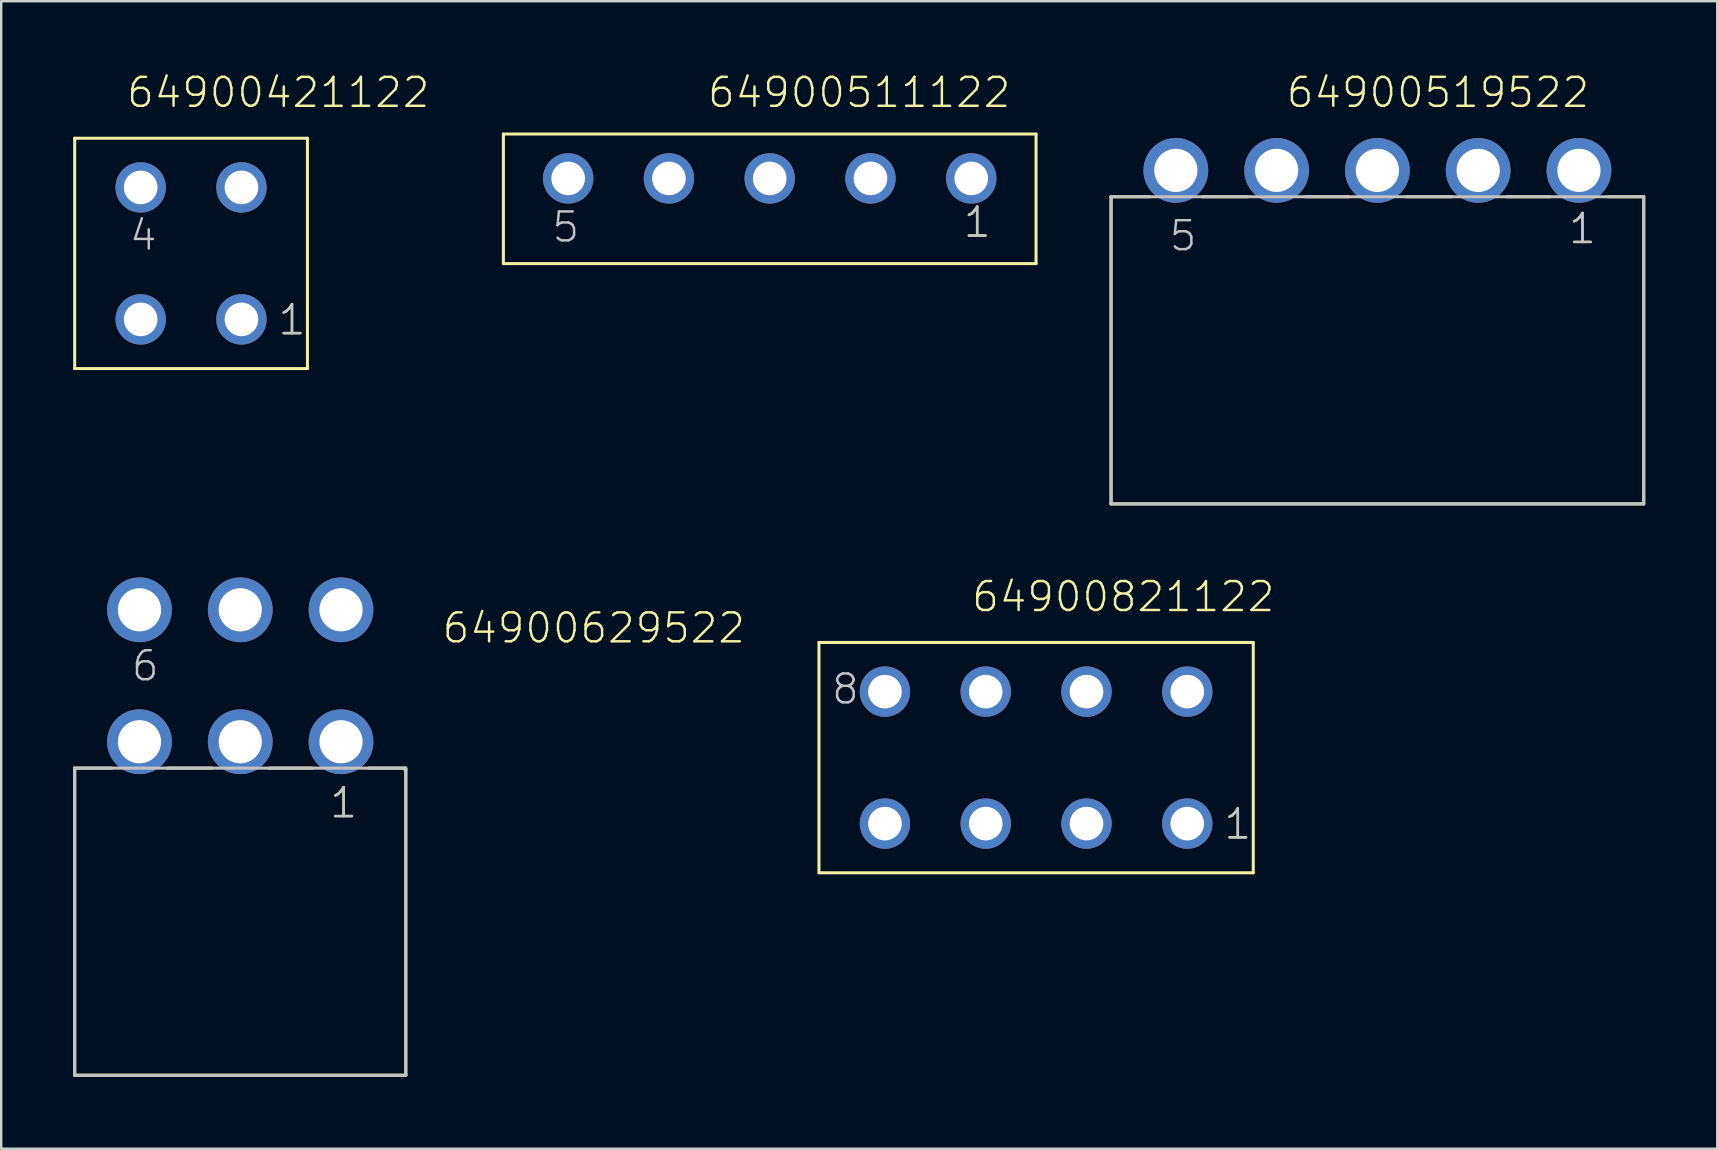
<source format=kicad_pcb>
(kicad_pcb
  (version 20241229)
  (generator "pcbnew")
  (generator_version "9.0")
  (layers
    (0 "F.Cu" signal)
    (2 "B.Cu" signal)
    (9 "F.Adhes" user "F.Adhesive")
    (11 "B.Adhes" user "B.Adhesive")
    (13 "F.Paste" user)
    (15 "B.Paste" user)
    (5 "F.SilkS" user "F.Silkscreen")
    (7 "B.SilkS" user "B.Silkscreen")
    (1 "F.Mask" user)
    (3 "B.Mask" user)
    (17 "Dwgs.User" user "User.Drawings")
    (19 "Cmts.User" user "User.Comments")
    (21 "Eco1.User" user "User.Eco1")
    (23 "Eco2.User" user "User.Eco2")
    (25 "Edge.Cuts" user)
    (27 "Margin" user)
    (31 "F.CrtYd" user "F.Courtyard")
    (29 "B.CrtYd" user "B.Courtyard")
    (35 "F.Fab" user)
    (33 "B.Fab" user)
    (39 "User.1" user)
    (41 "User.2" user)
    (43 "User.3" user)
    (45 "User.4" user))
  (footprint "64900821122"
    (layer "F.Cu")
    (at 40.133 28.526)
    (property "Reference" "64900821122" (at -2.75 -6 0) (layer "F.SilkS") (effects (font (size 1.206 1.206) (thickness 0.102)) (justify left bottom)))
    (attr through_hole)
    (fp_line (start -9.05 -4.8) (end 9.05 -4.8) (stroke (width 0.127) (type solid)) (layer "F.SilkS"))
    (fp_line (start -9.05 4.8) (end -9.05 -4.8) (stroke (width 0.127) (type solid)) (layer "F.SilkS"))
    (fp_line (start 9.05 -4.8) (end 9.05 4.8) (stroke (width 0.127) (type solid)) (layer "F.SilkS"))
    (fp_line (start 9.05 4.8) (end -9.05 4.8) (stroke (width 0.127) (type solid)) (layer "F.SilkS"))
    (fp_text user "1" (at 7.765 3.475 0) (layer "F.SilkS") (effects (font (size 1.206 1.206) (thickness 0.102)) (justify left bottom)))
    (fp_text user "8" (at -8.59 -2.15 0) (layer "Dwgs.User") (effects (font (size 1.206 1.206) (thickness 0.102)) (justify left bottom)))
    (fp_text user "1" (at 7.765 3.475 0) (layer "Dwgs.User") (effects (font (size 1.206 1.206) (thickness 0.102)) (justify left bottom)))
    (pad "1" thru_hole circle (at 6.3 2.75) (size 2.1 2.1) (drill 1.4) (layers "*.Cu" "*.Mask"))
    (pad "2" thru_hole circle (at 2.1 2.75) (size 2.1 2.1) (drill 1.4) (layers "*.Cu" "*.Mask"))
    (pad "3" thru_hole circle (at -2.1 2.75) (size 2.1 2.1) (drill 1.4) (layers "*.Cu" "*.Mask"))
    (pad "4" thru_hole circle (at -6.3 2.75) (size 2.1 2.1) (drill 1.4) (layers "*.Cu" "*.Mask"))
    (pad "5" thru_hole circle (at 6.3 -2.75) (size 2.1 2.1) (drill 1.4) (layers "*.Cu" "*.Mask"))
    (pad "6" thru_hole circle (at 2.1 -2.75) (size 2.1 2.1) (drill 1.4) (layers "*.Cu" "*.Mask"))
    (pad "7" thru_hole circle (at -2.1 -2.75) (size 2.1 2.1) (drill 1.4) (layers "*.Cu" "*.Mask"))
    (pad "8" thru_hole circle (at -6.3 -2.75) (size 2.1 2.1) (drill 1.4) (layers "*.Cu" "*.Mask")))
  (footprint "64900421122"
    (layer "F.Cu")
    (at 4.913 7.511)
    (property "Reference" "64900421122" (at -2.75 -6 0) (layer "F.SilkS") (effects (font (size 1.206 1.206) (thickness 0.102)) (justify left bottom)))
    (attr through_hole)
    (fp_line (start -4.85 -4.8) (end 4.85 -4.8) (stroke (width 0.127) (type solid)) (layer "F.SilkS"))
    (fp_line (start -4.85 4.8) (end -4.85 -4.8) (stroke (width 0.127) (type solid)) (layer "F.SilkS"))
    (fp_line (start 4.85 -4.8) (end 4.85 4.8) (stroke (width 0.127) (type solid)) (layer "F.SilkS"))
    (fp_line (start 4.85 4.8) (end -4.85 4.8) (stroke (width 0.127) (type solid)) (layer "F.SilkS"))
    (fp_text user "1" (at 3.565 3.475 0) (layer "F.SilkS") (effects (font (size 1.206 1.206) (thickness 0.102)) (justify left bottom)))
    (fp_text user "4" (at -2.635 -0.05 0) (layer "Dwgs.User") (effects (font (size 1.206 1.206) (thickness 0.102)) (justify left bottom)))
    (fp_text user "1" (at 3.565 3.475 0) (layer "Dwgs.User") (effects (font (size 1.206 1.206) (thickness 0.102)) (justify left bottom)))
    (pad "1" thru_hole circle (at 2.1 2.75) (size 2.1 2.1) (drill 1.4) (layers "*.Cu" "*.Mask"))
    (pad "2" thru_hole circle (at -2.1 2.75) (size 2.1 2.1) (drill 1.4) (layers "*.Cu" "*.Mask"))
    (pad "3" thru_hole circle (at 2.1 -2.75) (size 2.1 2.1) (drill 1.4) (layers "*.Cu" "*.Mask"))
    (pad "4" thru_hole circle (at -2.1 -2.75) (size 2.1 2.1) (drill 1.4) (layers "*.Cu" "*.Mask")))
  (footprint "64900629522"
    (layer "F.Cu")
    (at 6.963 25.115)
    (property "Reference" "64900629522" (at 8.352 -1.285 0) (layer "F.SilkS") (effects (font (size 1.206 1.206) (thickness 0.102)) (justify left bottom)))
    (attr through_hole)
    (fp_line (start -6.9 3.85) (end -5.35 3.85) (stroke (width 0.127) (type solid)) (layer "F.SilkS"))
    (fp_line (start -6.9 16.65) (end -6.9 3.85) (stroke (width 0.127) (type solid)) (layer "F.SilkS"))
    (fp_line (start -3.05 3.85) (end -1.15 3.85) (stroke (width 0.127) (type solid)) (layer "F.SilkS"))
    (fp_line (start 1.2 3.85) (end 3 3.85) (stroke (width 0.127) (type solid)) (layer "F.SilkS"))
    (fp_line (start 5.35 3.85) (end 6.85 3.85) (stroke (width 0.127) (type solid)) (layer "F.SilkS"))
    (fp_line (start 6.85 3.85) (end 6.85 3.9) (stroke (width 0.127) (type solid)) (layer "F.SilkS"))
    (fp_line (start 6.9 3.85) (end 6.9 16.65) (stroke (width 0.127) (type solid)) (layer "F.SilkS"))
    (fp_line (start 6.9 16.65) (end -6.9 16.65) (stroke (width 0.127) (type solid)) (layer "F.SilkS"))
    (fp_line (start -6.9 3.85) (end 6.9 3.85) (stroke (width 0.127) (type solid)) (layer "Dwgs.User"))
    (fp_line (start -6.9 16.65) (end -6.9 3.85) (stroke (width 0.127) (type solid)) (layer "Dwgs.User"))
    (fp_line (start 6.9 3.85) (end 6.9 16.65) (stroke (width 0.127) (type solid)) (layer "Dwgs.User"))
    (fp_line (start 6.9 16.65) (end -6.9 16.65) (stroke (width 0.127) (type solid)) (layer "Dwgs.User"))
    (fp_text user "1" (at 3.665 6 0) (layer "F.SilkS") (effects (font (size 1.206 1.206) (thickness 0.102)) (justify left bottom)))
    (fp_text user "1" (at 3.665 6 0) (layer "Dwgs.User") (effects (font (size 1.206 1.206) (thickness 0.102)) (justify left bottom)))
    (fp_text user "6" (at -4.6 0.295 0) (layer "Dwgs.User") (effects (font (size 1.206 1.206) (thickness 0.102)) (justify left bottom)))
    (pad "1" thru_hole circle (at 4.2 2.75) (size 2.7 2.7) (drill 1.8) (layers "*.Cu" "*.Mask"))
    (pad "2" thru_hole circle (at 0 2.75) (size 2.7 2.7) (drill 1.8) (layers "*.Cu" "*.Mask"))
    (pad "3" thru_hole circle (at -4.2 2.75) (size 2.7 2.7) (drill 1.8) (layers "*.Cu" "*.Mask"))
    (pad "4" thru_hole circle (at 4.2 -2.75) (size 2.7 2.7) (drill 1.8) (layers "*.Cu" "*.Mask"))
    (pad "5" thru_hole circle (at 0 -2.75) (size 2.7 2.7) (drill 1.8) (layers "*.Cu" "*.Mask"))
    (pad "6" thru_hole circle (at -4.2 -2.75) (size 2.7 2.7) (drill 1.8) (layers "*.Cu" "*.Mask")))
  (footprint "64900519522"
    (layer "F.Cu")
    (at 54.357 4.051)
    (property "Reference" "64900519522" (at -3.86 -2.54 0) (layer "F.SilkS") (effects (font (size 1.206 1.206) (thickness 0.102)) (justify left bottom)))
    (attr through_hole)
    (fp_line (start -11.1 1.1) (end -9.5 1.1) (stroke (width 0.127) (type solid)) (layer "F.SilkS"))
    (fp_line (start -11.1 13.9) (end -11.1 1.1) (stroke (width 0.127) (type solid)) (layer "F.SilkS"))
    (fp_line (start -7.3 1.1) (end -5.4 1.1) (stroke (width 0.127) (type solid)) (layer "F.SilkS"))
    (fp_line (start -3 1.1) (end -1.2 1.1) (stroke (width 0.127) (type solid)) (layer "F.SilkS"))
    (fp_line (start 1.2 1.1) (end 3.1 1.1) (stroke (width 0.127) (type solid)) (layer "F.SilkS"))
    (fp_line (start 5.4 1.1) (end 7.2 1.1) (stroke (width 0.127) (type solid)) (layer "F.SilkS"))
    (fp_line (start 9.6 1.1) (end 11.1 1.1) (stroke (width 0.127) (type solid)) (layer "F.SilkS"))
    (fp_line (start 11.1 1.1) (end 11.1 13.9) (stroke (width 0.127) (type solid)) (layer "F.SilkS"))
    (fp_line (start 11.1 13.9) (end -11.1 13.9) (stroke (width 0.127) (type solid)) (layer "F.SilkS"))
    (fp_line (start -11.1 1.1) (end 11.1 1.1) (stroke (width 0.127) (type solid)) (layer "Dwgs.User"))
    (fp_line (start -11.1 13.9) (end -11.1 1.1) (stroke (width 0.127) (type solid)) (layer "Dwgs.User"))
    (fp_line (start 11.1 1.1) (end 11.1 13.9) (stroke (width 0.127) (type solid)) (layer "Dwgs.User"))
    (fp_line (start 11.1 13.9) (end -11.1 13.9) (stroke (width 0.127) (type solid)) (layer "Dwgs.User"))
    (fp_text user "1" (at 7.905 3.135 0) (layer "F.SilkS") (effects (font (size 1.206 1.206) (thickness 0.102)) (justify left bottom)))
    (fp_text user "1" (at 7.905 3.135 0) (layer "Dwgs.User") (effects (font (size 1.206 1.206) (thickness 0.102)) (justify left bottom)))
    (fp_text user "5" (at -8.74 3.435 0) (layer "Dwgs.User") (effects (font (size 1.206 1.206) (thickness 0.102)) (justify left bottom)))
    (pad "1" thru_hole circle (at 8.4 0) (size 2.7 2.7) (drill 1.8) (layers "*.Cu" "*.Mask"))
    (pad "2" thru_hole circle (at 4.2 0) (size 2.7 2.7) (drill 1.8) (layers "*.Cu" "*.Mask"))
    (pad "3" thru_hole circle (at 0 0) (size 2.7 2.7) (drill 1.8) (layers "*.Cu" "*.Mask"))
    (pad "4" thru_hole circle (at -4.2 0) (size 2.7 2.7) (drill 1.8) (layers "*.Cu" "*.Mask"))
    (pad "5" thru_hole circle (at -8.4 0) (size 2.7 2.7) (drill 1.8) (layers "*.Cu" "*.Mask")))
  (footprint "64900511122"
    (layer "F.Cu")
    (at 29.03 4.386)
    (property "Reference" "64900511122" (at -2.655 -2.875 0) (layer "F.SilkS") (effects (font (size 1.206 1.206) (thickness 0.102)) (justify left bottom)))
    (attr through_hole)
    (fp_line (start -11.1 -1.85) (end 11.1 -1.85) (stroke (width 0.127) (type solid)) (layer "F.SilkS"))
    (fp_line (start -11.1 3.55) (end -11.1 -1.85) (stroke (width 0.127) (type solid)) (layer "F.SilkS"))
    (fp_line (start 11.1 -1.85) (end 11.1 3.55) (stroke (width 0.127) (type solid)) (layer "F.SilkS"))
    (fp_line (start 11.1 3.55) (end -11.1 3.55) (stroke (width 0.127) (type solid)) (layer "F.SilkS"))
    (fp_text user "1" (at 8.005 2.535 0) (layer "F.SilkS") (effects (font (size 1.206 1.206) (thickness 0.102)) (justify left bottom)))
    (fp_text user "5" (at -9.14 2.735 0) (layer "Dwgs.User") (effects (font (size 1.206 1.206) (thickness 0.102)) (justify left bottom)))
    (fp_text user "1" (at 8.005 2.535 0) (layer "Dwgs.User") (effects (font (size 1.206 1.206) (thickness 0.102)) (justify left bottom)))
    (pad "1" thru_hole circle (at 8.4 0) (size 2.1 2.1) (drill 1.4) (layers "*.Cu" "*.Mask"))
    (pad "2" thru_hole circle (at 4.2 0) (size 2.1 2.1) (drill 1.4) (layers "*.Cu" "*.Mask"))
    (pad "3" thru_hole circle (at 0 0) (size 2.1 2.1) (drill 1.4) (layers "*.Cu" "*.Mask"))
    (pad "4" thru_hole circle (at -4.2 0) (size 2.1 2.1) (drill 1.4) (layers "*.Cu" "*.Mask"))
    (pad "5" thru_hole circle (at -8.4 0) (size 2.1 2.1) (drill 1.4) (layers "*.Cu" "*.Mask")))
  (gr_rect
    (start -3 -3)
    (end 68.521 44.828)
    (stroke (width 0.1) (type default))
    (fill no)
    (layer "Edge.Cuts")))
</source>
